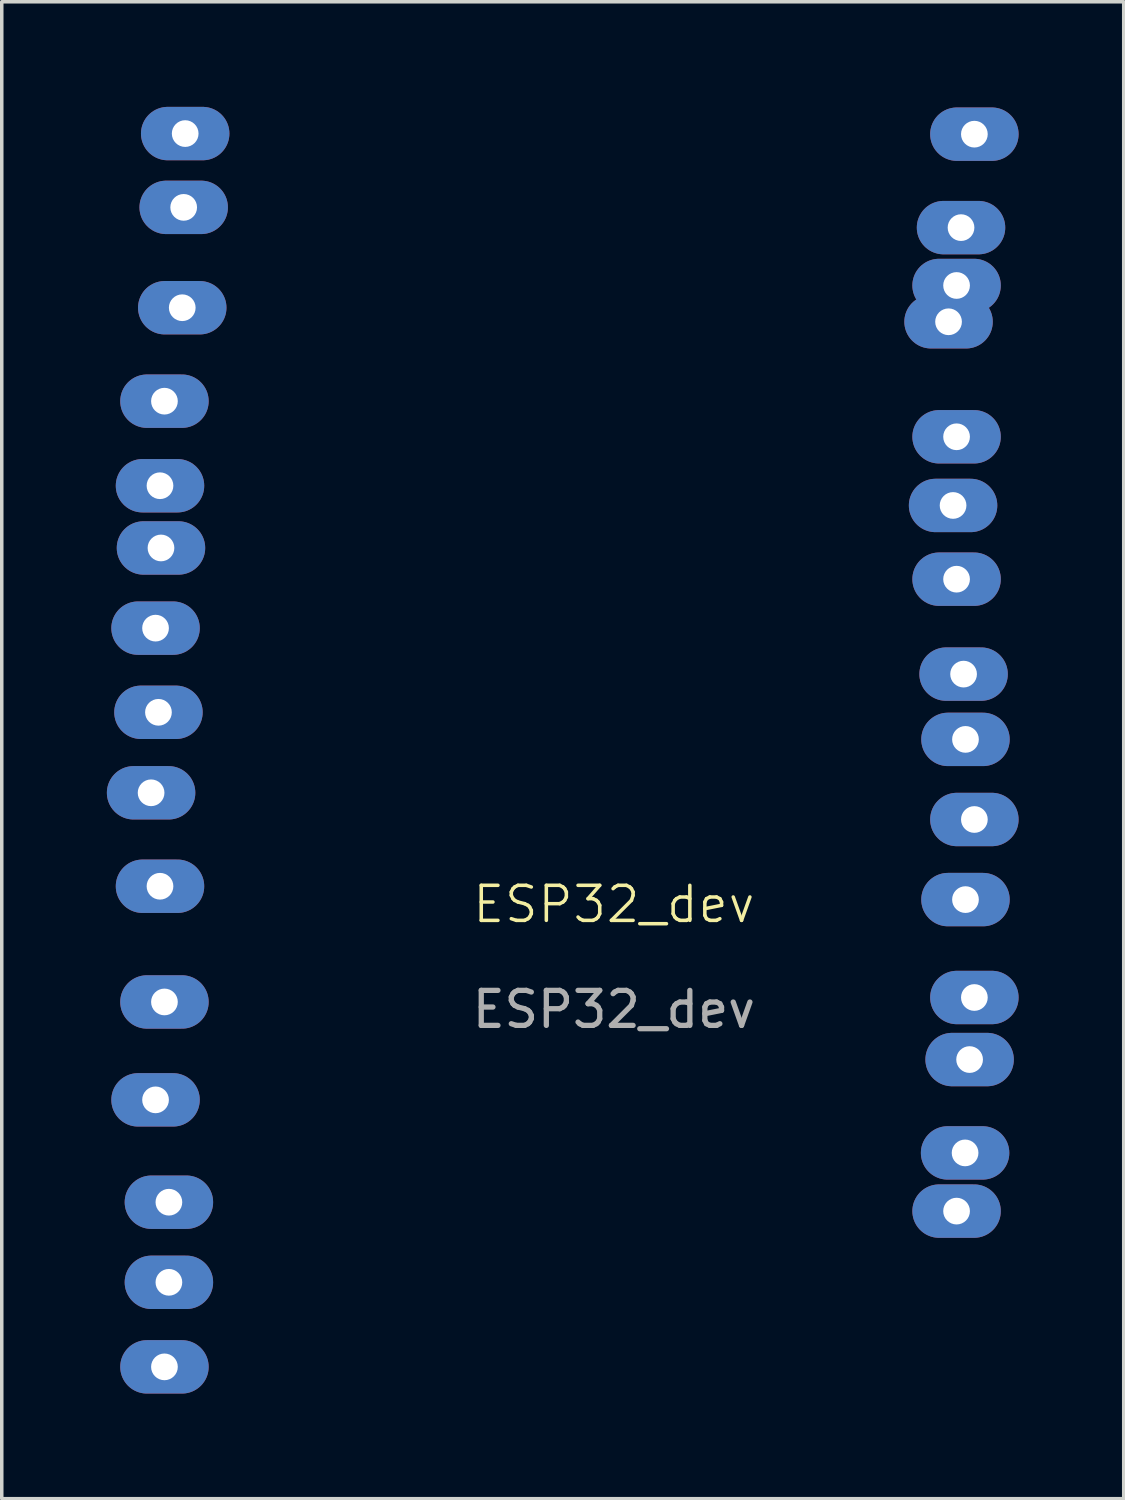
<source format=kicad_pcb>
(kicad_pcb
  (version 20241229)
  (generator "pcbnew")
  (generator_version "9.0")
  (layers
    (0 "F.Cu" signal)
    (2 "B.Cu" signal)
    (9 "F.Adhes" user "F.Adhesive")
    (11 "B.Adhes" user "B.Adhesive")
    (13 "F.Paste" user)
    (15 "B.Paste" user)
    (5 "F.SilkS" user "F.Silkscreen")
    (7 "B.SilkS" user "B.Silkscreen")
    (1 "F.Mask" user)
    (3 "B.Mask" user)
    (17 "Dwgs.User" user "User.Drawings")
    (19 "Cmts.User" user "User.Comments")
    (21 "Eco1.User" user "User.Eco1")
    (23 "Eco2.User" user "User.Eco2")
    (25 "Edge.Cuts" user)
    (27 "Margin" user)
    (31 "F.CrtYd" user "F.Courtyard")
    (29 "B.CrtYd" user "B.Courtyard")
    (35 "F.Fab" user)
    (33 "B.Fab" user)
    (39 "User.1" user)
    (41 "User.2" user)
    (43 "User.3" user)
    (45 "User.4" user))
  (footprint "ESP32_dev"
    (layer "F.Cu")
    (at 14.47 23.258)
    (property "Reference" "ESP32_dev" (at 0 -0.5 0) (unlocked yes) (layer "F.SilkS") (effects (font (size 1 1) (thickness 0.1))))
    (attr through_hole)
    (fp_text user "${REFERENCE}" (at 0 2.5 0) (unlocked yes) (layer "F.Fab") (effects (font (size 1 1) (thickness 0.15))))
    (pad "1" thru_hole oval (at -12.827 12.7) (size 2.524 1.524) (drill 0.762) (layers "*.Cu" "*.Mask"))
    (pad "2" thru_hole oval (at -12.7 10.287) (size 2.524 1.524) (drill 0.762) (layers "*.Cu" "*.Mask"))
    (pad "3" thru_hole oval (at -12.7 8.001) (size 2.524 1.524) (drill 0.762) (layers "*.Cu" "*.Mask"))
    (pad "4" thru_hole oval (at -13.081 5.08) (size 2.524 1.524) (drill 0.762) (layers "*.Cu" "*.Mask"))
    (pad "5" thru_hole oval (at -12.827 2.286) (size 2.524 1.524) (drill 0.762) (layers "*.Cu" "*.Mask"))
    (pad "6" thru_hole oval (at -12.954 -1.016) (size 2.524 1.524) (drill 0.762) (layers "*.Cu" "*.Mask"))
    (pad "7" thru_hole oval (at -13.208 -3.683) (size 2.524 1.524) (drill 0.762) (layers "*.Cu" "*.Mask"))
    (pad "8" thru_hole oval (at -12.998 -5.98) (size 2.524 1.524) (drill 0.762) (layers "*.Cu" "*.Mask"))
    (pad "9" thru_hole oval (at -13.081 -8.382) (size 2.524 1.524) (drill 0.762) (layers "*.Cu" "*.Mask"))
    (pad "10" thru_hole oval (at -12.926 -10.67) (size 2.524 1.524) (drill 0.762) (layers "*.Cu" "*.Mask"))
    (pad "11" thru_hole oval (at -12.954 -12.446) (size 2.524 1.524) (drill 0.762) (layers "*.Cu" "*.Mask"))
    (pad "12" thru_hole oval (at -12.827 -14.859) (size 2.524 1.524) (drill 0.762) (layers "*.Cu" "*.Mask"))
    (pad "13" thru_hole oval (at -12.319 -17.526) (size 2.524 1.524) (drill 0.762) (layers "*.Cu" "*.Mask"))
    (pad "14" thru_hole oval (at -12.278 -20.39) (size 2.524 1.524) (drill 0.762) (layers "*.Cu" "*.Mask"))
    (pad "15" thru_hole oval (at -12.235 -22.496) (size 2.524 1.524) (drill 0.762) (layers "*.Cu" "*.Mask"))
    (pad "16" thru_hole oval (at 10.287 -22.479) (size 2.524 1.524) (drill 0.762) (layers "*.Cu" "*.Mask"))
    (pad "17" thru_hole oval (at 9.906 -19.812) (size 2.524 1.524) (drill 0.762) (layers "*.Cu" "*.Mask"))
    (pad "18" thru_hole oval (at 9.779 -18.161) (size 2.524 1.524) (drill 0.762) (layers "*.Cu" "*.Mask"))
    (pad "19" thru_hole oval (at 9.55 -17.125) (size 2.524 1.524) (drill 0.762) (layers "*.Cu" "*.Mask"))
    (pad "20" thru_hole oval (at 9.779 -13.843) (size 2.524 1.524) (drill 0.762) (layers "*.Cu" "*.Mask"))
    (pad "21" thru_hole oval (at 9.679 -11.883) (size 2.524 1.524) (drill 0.762) (layers "*.Cu" "*.Mask"))
    (pad "22" thru_hole oval (at 9.779 -9.779) (size 2.524 1.524) (drill 0.762) (layers "*.Cu" "*.Mask"))
    (pad "23" thru_hole oval (at 9.979 -7.07) (size 2.524 1.524) (drill 0.762) (layers "*.Cu" "*.Mask"))
    (pad "24" thru_hole oval (at 10.033 -5.207) (size 2.524 1.524) (drill 0.762) (layers "*.Cu" "*.Mask"))
    (pad "25" thru_hole oval (at 10.287 -2.921) (size 2.524 1.524) (drill 0.762) (layers "*.Cu" "*.Mask"))
    (pad "26" thru_hole oval (at 10.033 -0.635) (size 2.524 1.524) (drill 0.762) (layers "*.Cu" "*.Mask"))
    (pad "27" thru_hole oval (at 10.287 2.159) (size 2.524 1.524) (drill 0.762) (layers "*.Cu" "*.Mask"))
    (pad "28" thru_hole oval (at 10.151 3.93) (size 2.524 1.524) (drill 0.762) (layers "*.Cu" "*.Mask"))
    (pad "29" thru_hole oval (at 10.022 6.594) (size 2.524 1.524) (drill 0.762) (layers "*.Cu" "*.Mask"))
    (pad "30" thru_hole oval (at 9.779 8.255) (size 2.524 1.524) (drill 0.762) (layers "*.Cu" "*.Mask")))
  (gr_rect
    (start -3 -3)
    (end 29.019 39.72)
    (stroke (width 0.1) (type default))
    (fill no)
    (layer "Edge.Cuts")))
</source>
